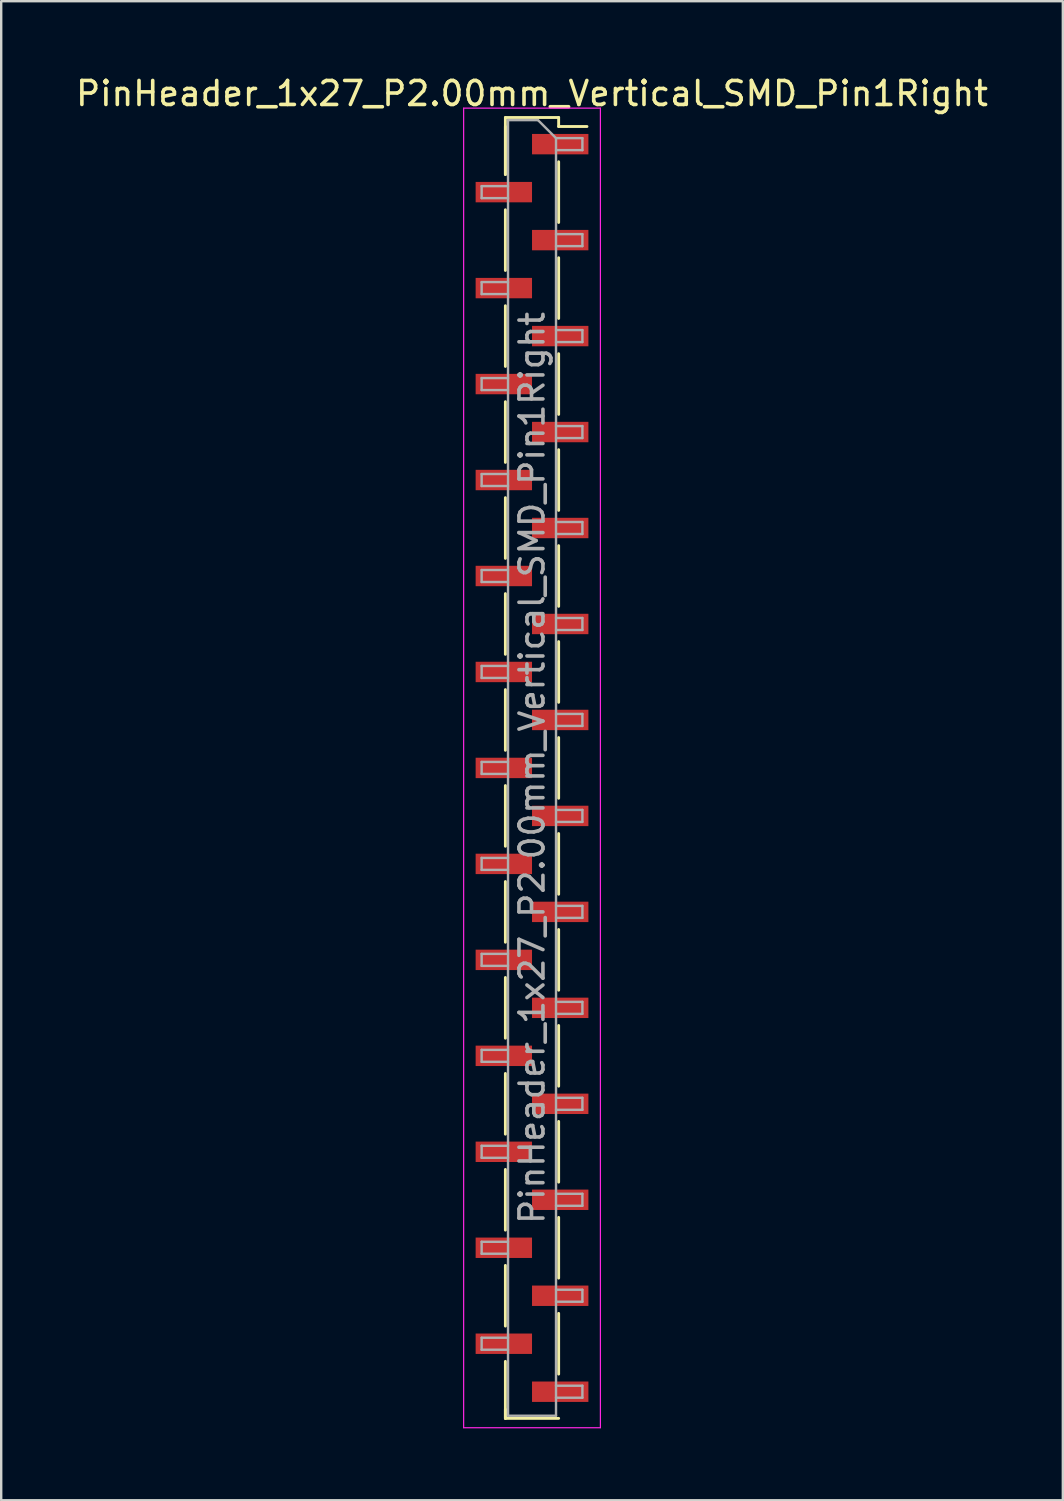
<source format=kicad_pcb>
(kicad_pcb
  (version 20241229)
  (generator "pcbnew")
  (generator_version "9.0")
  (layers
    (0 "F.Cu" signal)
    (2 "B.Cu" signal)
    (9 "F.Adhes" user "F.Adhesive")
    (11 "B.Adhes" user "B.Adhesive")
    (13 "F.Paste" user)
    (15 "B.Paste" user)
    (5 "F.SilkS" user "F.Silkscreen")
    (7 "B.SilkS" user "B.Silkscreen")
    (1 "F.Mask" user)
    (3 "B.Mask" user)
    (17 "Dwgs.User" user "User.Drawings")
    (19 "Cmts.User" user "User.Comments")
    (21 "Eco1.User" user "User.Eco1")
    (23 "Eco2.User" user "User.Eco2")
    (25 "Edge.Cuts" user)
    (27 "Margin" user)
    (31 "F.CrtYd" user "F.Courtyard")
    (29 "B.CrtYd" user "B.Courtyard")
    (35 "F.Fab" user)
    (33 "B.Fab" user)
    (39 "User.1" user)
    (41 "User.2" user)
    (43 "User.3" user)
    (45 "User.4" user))
  (footprint "PinHeader_1x27_P2.00mm_Vertical_SMD_Pin1Right"
    (layer "F.Cu")
    (at 19.125 28.958)
    (property "Reference" "PinHeader_1x27_P2.00mm_Vertical_SMD_Pin1Right" (at 0 -28.11 0) (layer "F.SilkS") (effects (font (size 1 1) (thickness 0.15))))
    (attr smd)
    (fp_line (start -1.11 -27.11) (end -1.11 -24.735) (stroke (width 0.12) (type solid)) (layer "F.SilkS"))
    (fp_line (start -1.11 -27.11) (end 1.11 -27.11) (stroke (width 0.12) (type solid)) (layer "F.SilkS"))
    (fp_line (start -1.11 -26.735) (end -1.11 -24.735) (stroke (width 0.12) (type solid)) (layer "F.SilkS"))
    (fp_line (start -1.11 -23.265) (end -1.11 -20.735) (stroke (width 0.12) (type solid)) (layer "F.SilkS"))
    (fp_line (start -1.11 -19.265) (end -1.11 -16.735) (stroke (width 0.12) (type solid)) (layer "F.SilkS"))
    (fp_line (start -1.11 -15.265) (end -1.11 -12.735) (stroke (width 0.12) (type solid)) (layer "F.SilkS"))
    (fp_line (start -1.11 -11.265) (end -1.11 -8.735) (stroke (width 0.12) (type solid)) (layer "F.SilkS"))
    (fp_line (start -1.11 -7.265) (end -1.11 -4.735) (stroke (width 0.12) (type solid)) (layer "F.SilkS"))
    (fp_line (start -1.11 -3.265) (end -1.11 -0.735) (stroke (width 0.12) (type solid)) (layer "F.SilkS"))
    (fp_line (start -1.11 0.735) (end -1.11 3.265) (stroke (width 0.12) (type solid)) (layer "F.SilkS"))
    (fp_line (start -1.11 4.735) (end -1.11 7.265) (stroke (width 0.12) (type solid)) (layer "F.SilkS"))
    (fp_line (start -1.11 8.735) (end -1.11 11.265) (stroke (width 0.12) (type solid)) (layer "F.SilkS"))
    (fp_line (start -1.11 12.735) (end -1.11 15.265) (stroke (width 0.12) (type solid)) (layer "F.SilkS"))
    (fp_line (start -1.11 16.735) (end -1.11 19.265) (stroke (width 0.12) (type solid)) (layer "F.SilkS"))
    (fp_line (start -1.11 20.735) (end -1.11 23.265) (stroke (width 0.12) (type solid)) (layer "F.SilkS"))
    (fp_line (start -1.11 24.735) (end -1.11 27.11) (stroke (width 0.12) (type solid)) (layer "F.SilkS"))
    (fp_line (start -1.11 26.735) (end -1.11 27.11) (stroke (width 0.12) (type solid)) (layer "F.SilkS"))
    (fp_line (start -1.11 27.11) (end 1.11 27.11) (stroke (width 0.12) (type solid)) (layer "F.SilkS"))
    (fp_line (start 1.11 -27.11) (end 1.11 -26.735) (stroke (width 0.12) (type solid)) (layer "F.SilkS"))
    (fp_line (start 1.11 -26.735) (end 2.29 -26.735) (stroke (width 0.12) (type solid)) (layer "F.SilkS"))
    (fp_line (start 1.11 -25.265) (end 1.11 -22.735) (stroke (width 0.12) (type solid)) (layer "F.SilkS"))
    (fp_line (start 1.11 -21.265) (end 1.11 -18.735) (stroke (width 0.12) (type solid)) (layer "F.SilkS"))
    (fp_line (start 1.11 -17.265) (end 1.11 -14.735) (stroke (width 0.12) (type solid)) (layer "F.SilkS"))
    (fp_line (start 1.11 -13.265) (end 1.11 -10.735) (stroke (width 0.12) (type solid)) (layer "F.SilkS"))
    (fp_line (start 1.11 -9.265) (end 1.11 -6.735) (stroke (width 0.12) (type solid)) (layer "F.SilkS"))
    (fp_line (start 1.11 -5.265) (end 1.11 -2.735) (stroke (width 0.12) (type solid)) (layer "F.SilkS"))
    (fp_line (start 1.11 -1.265) (end 1.11 1.265) (stroke (width 0.12) (type solid)) (layer "F.SilkS"))
    (fp_line (start 1.11 2.735) (end 1.11 5.265) (stroke (width 0.12) (type solid)) (layer "F.SilkS"))
    (fp_line (start 1.11 6.735) (end 1.11 9.265) (stroke (width 0.12) (type solid)) (layer "F.SilkS"))
    (fp_line (start 1.11 10.735) (end 1.11 13.265) (stroke (width 0.12) (type solid)) (layer "F.SilkS"))
    (fp_line (start 1.11 14.735) (end 1.11 17.265) (stroke (width 0.12) (type solid)) (layer "F.SilkS"))
    (fp_line (start 1.11 18.735) (end 1.11 21.265) (stroke (width 0.12) (type solid)) (layer "F.SilkS"))
    (fp_line (start 1.11 22.735) (end 1.11 25.265) (stroke (width 0.12) (type solid)) (layer "F.SilkS"))
    (fp_line (start -2.85 -27.5) (end -2.85 27.5) (stroke (width 0.05) (type solid)) (layer "F.CrtYd"))
    (fp_line (start -2.85 27.5) (end 2.85 27.5) (stroke (width 0.05) (type solid)) (layer "F.CrtYd"))
    (fp_line (start 2.85 -27.5) (end -2.85 -27.5) (stroke (width 0.05) (type solid)) (layer "F.CrtYd"))
    (fp_line (start 2.85 27.5) (end 2.85 -27.5) (stroke (width 0.05) (type solid)) (layer "F.CrtYd"))
    (fp_line (start -2.1 -24.25) (end -2.1 -23.75) (stroke (width 0.1) (type solid)) (layer "F.Fab"))
    (fp_line (start -2.1 -23.75) (end -1 -23.75) (stroke (width 0.1) (type solid)) (layer "F.Fab"))
    (fp_line (start -2.1 -20.25) (end -2.1 -19.75) (stroke (width 0.1) (type solid)) (layer "F.Fab"))
    (fp_line (start -2.1 -19.75) (end -1 -19.75) (stroke (width 0.1) (type solid)) (layer "F.Fab"))
    (fp_line (start -2.1 -16.25) (end -2.1 -15.75) (stroke (width 0.1) (type solid)) (layer "F.Fab"))
    (fp_line (start -2.1 -15.75) (end -1 -15.75) (stroke (width 0.1) (type solid)) (layer "F.Fab"))
    (fp_line (start -2.1 -12.25) (end -2.1 -11.75) (stroke (width 0.1) (type solid)) (layer "F.Fab"))
    (fp_line (start -2.1 -11.75) (end -1 -11.75) (stroke (width 0.1) (type solid)) (layer "F.Fab"))
    (fp_line (start -2.1 -8.25) (end -2.1 -7.75) (stroke (width 0.1) (type solid)) (layer "F.Fab"))
    (fp_line (start -2.1 -7.75) (end -1 -7.75) (stroke (width 0.1) (type solid)) (layer "F.Fab"))
    (fp_line (start -2.1 -4.25) (end -2.1 -3.75) (stroke (width 0.1) (type solid)) (layer "F.Fab"))
    (fp_line (start -2.1 -3.75) (end -1 -3.75) (stroke (width 0.1) (type solid)) (layer "F.Fab"))
    (fp_line (start -2.1 -0.25) (end -2.1 0.25) (stroke (width 0.1) (type solid)) (layer "F.Fab"))
    (fp_line (start -2.1 0.25) (end -1 0.25) (stroke (width 0.1) (type solid)) (layer "F.Fab"))
    (fp_line (start -2.1 3.75) (end -2.1 4.25) (stroke (width 0.1) (type solid)) (layer "F.Fab"))
    (fp_line (start -2.1 4.25) (end -1 4.25) (stroke (width 0.1) (type solid)) (layer "F.Fab"))
    (fp_line (start -2.1 7.75) (end -2.1 8.25) (stroke (width 0.1) (type solid)) (layer "F.Fab"))
    (fp_line (start -2.1 8.25) (end -1 8.25) (stroke (width 0.1) (type solid)) (layer "F.Fab"))
    (fp_line (start -2.1 11.75) (end -2.1 12.25) (stroke (width 0.1) (type solid)) (layer "F.Fab"))
    (fp_line (start -2.1 12.25) (end -1 12.25) (stroke (width 0.1) (type solid)) (layer "F.Fab"))
    (fp_line (start -2.1 15.75) (end -2.1 16.25) (stroke (width 0.1) (type solid)) (layer "F.Fab"))
    (fp_line (start -2.1 16.25) (end -1 16.25) (stroke (width 0.1) (type solid)) (layer "F.Fab"))
    (fp_line (start -2.1 19.75) (end -2.1 20.25) (stroke (width 0.1) (type solid)) (layer "F.Fab"))
    (fp_line (start -2.1 20.25) (end -1 20.25) (stroke (width 0.1) (type solid)) (layer "F.Fab"))
    (fp_line (start -2.1 23.75) (end -2.1 24.25) (stroke (width 0.1) (type solid)) (layer "F.Fab"))
    (fp_line (start -2.1 24.25) (end -1 24.25) (stroke (width 0.1) (type solid)) (layer "F.Fab"))
    (fp_line (start -1 -27) (end -1 27) (stroke (width 0.1) (type solid)) (layer "F.Fab"))
    (fp_line (start -1 -27) (end 0.25 -27) (stroke (width 0.1) (type solid)) (layer "F.Fab"))
    (fp_line (start -1 -24.25) (end -2.1 -24.25) (stroke (width 0.1) (type solid)) (layer "F.Fab"))
    (fp_line (start -1 -20.25) (end -2.1 -20.25) (stroke (width 0.1) (type solid)) (layer "F.Fab"))
    (fp_line (start -1 -16.25) (end -2.1 -16.25) (stroke (width 0.1) (type solid)) (layer "F.Fab"))
    (fp_line (start -1 -12.25) (end -2.1 -12.25) (stroke (width 0.1) (type solid)) (layer "F.Fab"))
    (fp_line (start -1 -8.25) (end -2.1 -8.25) (stroke (width 0.1) (type solid)) (layer "F.Fab"))
    (fp_line (start -1 -4.25) (end -2.1 -4.25) (stroke (width 0.1) (type solid)) (layer "F.Fab"))
    (fp_line (start -1 -0.25) (end -2.1 -0.25) (stroke (width 0.1) (type solid)) (layer "F.Fab"))
    (fp_line (start -1 3.75) (end -2.1 3.75) (stroke (width 0.1) (type solid)) (layer "F.Fab"))
    (fp_line (start -1 7.75) (end -2.1 7.75) (stroke (width 0.1) (type solid)) (layer "F.Fab"))
    (fp_line (start -1 11.75) (end -2.1 11.75) (stroke (width 0.1) (type solid)) (layer "F.Fab"))
    (fp_line (start -1 15.75) (end -2.1 15.75) (stroke (width 0.1) (type solid)) (layer "F.Fab"))
    (fp_line (start -1 19.75) (end -2.1 19.75) (stroke (width 0.1) (type solid)) (layer "F.Fab"))
    (fp_line (start -1 23.75) (end -2.1 23.75) (stroke (width 0.1) (type solid)) (layer "F.Fab"))
    (fp_line (start 1 -26.25) (end 0.25 -27) (stroke (width 0.1) (type solid)) (layer "F.Fab"))
    (fp_line (start 1 -26.25) (end 2.1 -26.25) (stroke (width 0.1) (type solid)) (layer "F.Fab"))
    (fp_line (start 1 -22.25) (end 2.1 -22.25) (stroke (width 0.1) (type solid)) (layer "F.Fab"))
    (fp_line (start 1 -18.25) (end 2.1 -18.25) (stroke (width 0.1) (type solid)) (layer "F.Fab"))
    (fp_line (start 1 -14.25) (end 2.1 -14.25) (stroke (width 0.1) (type solid)) (layer "F.Fab"))
    (fp_line (start 1 -10.25) (end 2.1 -10.25) (stroke (width 0.1) (type solid)) (layer "F.Fab"))
    (fp_line (start 1 -6.25) (end 2.1 -6.25) (stroke (width 0.1) (type solid)) (layer "F.Fab"))
    (fp_line (start 1 -2.25) (end 2.1 -2.25) (stroke (width 0.1) (type solid)) (layer "F.Fab"))
    (fp_line (start 1 1.75) (end 2.1 1.75) (stroke (width 0.1) (type solid)) (layer "F.Fab"))
    (fp_line (start 1 5.75) (end 2.1 5.75) (stroke (width 0.1) (type solid)) (layer "F.Fab"))
    (fp_line (start 1 9.75) (end 2.1 9.75) (stroke (width 0.1) (type solid)) (layer "F.Fab"))
    (fp_line (start 1 13.75) (end 2.1 13.75) (stroke (width 0.1) (type solid)) (layer "F.Fab"))
    (fp_line (start 1 17.75) (end 2.1 17.75) (stroke (width 0.1) (type solid)) (layer "F.Fab"))
    (fp_line (start 1 21.75) (end 2.1 21.75) (stroke (width 0.1) (type solid)) (layer "F.Fab"))
    (fp_line (start 1 25.75) (end 2.1 25.75) (stroke (width 0.1) (type solid)) (layer "F.Fab"))
    (fp_line (start 1 27) (end -1 27) (stroke (width 0.1) (type solid)) (layer "F.Fab"))
    (fp_line (start 1 27) (end 1 -26.25) (stroke (width 0.1) (type solid)) (layer "F.Fab"))
    (fp_line (start 2.1 -26.25) (end 2.1 -25.75) (stroke (width 0.1) (type solid)) (layer "F.Fab"))
    (fp_line (start 2.1 -25.75) (end 1 -25.75) (stroke (width 0.1) (type solid)) (layer "F.Fab"))
    (fp_line (start 2.1 -22.25) (end 2.1 -21.75) (stroke (width 0.1) (type solid)) (layer "F.Fab"))
    (fp_line (start 2.1 -21.75) (end 1 -21.75) (stroke (width 0.1) (type solid)) (layer "F.Fab"))
    (fp_line (start 2.1 -18.25) (end 2.1 -17.75) (stroke (width 0.1) (type solid)) (layer "F.Fab"))
    (fp_line (start 2.1 -17.75) (end 1 -17.75) (stroke (width 0.1) (type solid)) (layer "F.Fab"))
    (fp_line (start 2.1 -14.25) (end 2.1 -13.75) (stroke (width 0.1) (type solid)) (layer "F.Fab"))
    (fp_line (start 2.1 -13.75) (end 1 -13.75) (stroke (width 0.1) (type solid)) (layer "F.Fab"))
    (fp_line (start 2.1 -10.25) (end 2.1 -9.75) (stroke (width 0.1) (type solid)) (layer "F.Fab"))
    (fp_line (start 2.1 -9.75) (end 1 -9.75) (stroke (width 0.1) (type solid)) (layer "F.Fab"))
    (fp_line (start 2.1 -6.25) (end 2.1 -5.75) (stroke (width 0.1) (type solid)) (layer "F.Fab"))
    (fp_line (start 2.1 -5.75) (end 1 -5.75) (stroke (width 0.1) (type solid)) (layer "F.Fab"))
    (fp_line (start 2.1 -2.25) (end 2.1 -1.75) (stroke (width 0.1) (type solid)) (layer "F.Fab"))
    (fp_line (start 2.1 -1.75) (end 1 -1.75) (stroke (width 0.1) (type solid)) (layer "F.Fab"))
    (fp_line (start 2.1 1.75) (end 2.1 2.25) (stroke (width 0.1) (type solid)) (layer "F.Fab"))
    (fp_line (start 2.1 2.25) (end 1 2.25) (stroke (width 0.1) (type solid)) (layer "F.Fab"))
    (fp_line (start 2.1 5.75) (end 2.1 6.25) (stroke (width 0.1) (type solid)) (layer "F.Fab"))
    (fp_line (start 2.1 6.25) (end 1 6.25) (stroke (width 0.1) (type solid)) (layer "F.Fab"))
    (fp_line (start 2.1 9.75) (end 2.1 10.25) (stroke (width 0.1) (type solid)) (layer "F.Fab"))
    (fp_line (start 2.1 10.25) (end 1 10.25) (stroke (width 0.1) (type solid)) (layer "F.Fab"))
    (fp_line (start 2.1 13.75) (end 2.1 14.25) (stroke (width 0.1) (type solid)) (layer "F.Fab"))
    (fp_line (start 2.1 14.25) (end 1 14.25) (stroke (width 0.1) (type solid)) (layer "F.Fab"))
    (fp_line (start 2.1 17.75) (end 2.1 18.25) (stroke (width 0.1) (type solid)) (layer "F.Fab"))
    (fp_line (start 2.1 18.25) (end 1 18.25) (stroke (width 0.1) (type solid)) (layer "F.Fab"))
    (fp_line (start 2.1 21.75) (end 2.1 22.25) (stroke (width 0.1) (type solid)) (layer "F.Fab"))
    (fp_line (start 2.1 22.25) (end 1 22.25) (stroke (width 0.1) (type solid)) (layer "F.Fab"))
    (fp_line (start 2.1 25.75) (end 2.1 26.25) (stroke (width 0.1) (type solid)) (layer "F.Fab"))
    (fp_line (start 2.1 26.25) (end 1 26.25) (stroke (width 0.1) (type solid)) (layer "F.Fab"))
    (fp_text user "${REFERENCE}" (at 0 0 90) (layer "F.Fab") (effects (font (size 1 1) (thickness 0.15))))
    (pad "1" smd rect (at 1.175 -26) (size 2.35 0.85) (layers "F.Cu" "F.Mask" "F.Paste"))
    (pad "2" smd rect (at -1.175 -24) (size 2.35 0.85) (layers "F.Cu" "F.Mask" "F.Paste"))
    (pad "3" smd rect (at 1.175 -22) (size 2.35 0.85) (layers "F.Cu" "F.Mask" "F.Paste"))
    (pad "4" smd rect (at -1.175 -20) (size 2.35 0.85) (layers "F.Cu" "F.Mask" "F.Paste"))
    (pad "5" smd rect (at 1.175 -18) (size 2.35 0.85) (layers "F.Cu" "F.Mask" "F.Paste"))
    (pad "6" smd rect (at -1.175 -16) (size 2.35 0.85) (layers "F.Cu" "F.Mask" "F.Paste"))
    (pad "7" smd rect (at 1.175 -14) (size 2.35 0.85) (layers "F.Cu" "F.Mask" "F.Paste"))
    (pad "8" smd rect (at -1.175 -12) (size 2.35 0.85) (layers "F.Cu" "F.Mask" "F.Paste"))
    (pad "9" smd rect (at 1.175 -10) (size 2.35 0.85) (layers "F.Cu" "F.Mask" "F.Paste"))
    (pad "10" smd rect (at -1.175 -8) (size 2.35 0.85) (layers "F.Cu" "F.Mask" "F.Paste"))
    (pad "11" smd rect (at 1.175 -6) (size 2.35 0.85) (layers "F.Cu" "F.Mask" "F.Paste"))
    (pad "12" smd rect (at -1.175 -4) (size 2.35 0.85) (layers "F.Cu" "F.Mask" "F.Paste"))
    (pad "13" smd rect (at 1.175 -2) (size 2.35 0.85) (layers "F.Cu" "F.Mask" "F.Paste"))
    (pad "14" smd rect (at -1.175 0) (size 2.35 0.85) (layers "F.Cu" "F.Mask" "F.Paste"))
    (pad "15" smd rect (at 1.175 2) (size 2.35 0.85) (layers "F.Cu" "F.Mask" "F.Paste"))
    (pad "16" smd rect (at -1.175 4) (size 2.35 0.85) (layers "F.Cu" "F.Mask" "F.Paste"))
    (pad "17" smd rect (at 1.175 6) (size 2.35 0.85) (layers "F.Cu" "F.Mask" "F.Paste"))
    (pad "18" smd rect (at -1.175 8) (size 2.35 0.85) (layers "F.Cu" "F.Mask" "F.Paste"))
    (pad "19" smd rect (at 1.175 10) (size 2.35 0.85) (layers "F.Cu" "F.Mask" "F.Paste"))
    (pad "20" smd rect (at -1.175 12) (size 2.35 0.85) (layers "F.Cu" "F.Mask" "F.Paste"))
    (pad "21" smd rect (at 1.175 14) (size 2.35 0.85) (layers "F.Cu" "F.Mask" "F.Paste"))
    (pad "22" smd rect (at -1.175 16) (size 2.35 0.85) (layers "F.Cu" "F.Mask" "F.Paste"))
    (pad "23" smd rect (at 1.175 18) (size 2.35 0.85) (layers "F.Cu" "F.Mask" "F.Paste"))
    (pad "24" smd rect (at -1.175 20) (size 2.35 0.85) (layers "F.Cu" "F.Mask" "F.Paste"))
    (pad "25" smd rect (at 1.175 22) (size 2.35 0.85) (layers "F.Cu" "F.Mask" "F.Paste"))
    (pad "26" smd rect (at -1.175 24) (size 2.35 0.85) (layers "F.Cu" "F.Mask" "F.Paste"))
    (pad "27" smd rect (at 1.175 26) (size 2.35 0.85) (layers "F.Cu" "F.Mask" "F.Paste")))
  (gr_rect
    (start -3 -3)
    (end 41.25 59.483)
    (stroke (width 0.1) (type default))
    (fill no)
    (layer "Edge.Cuts")))
</source>
